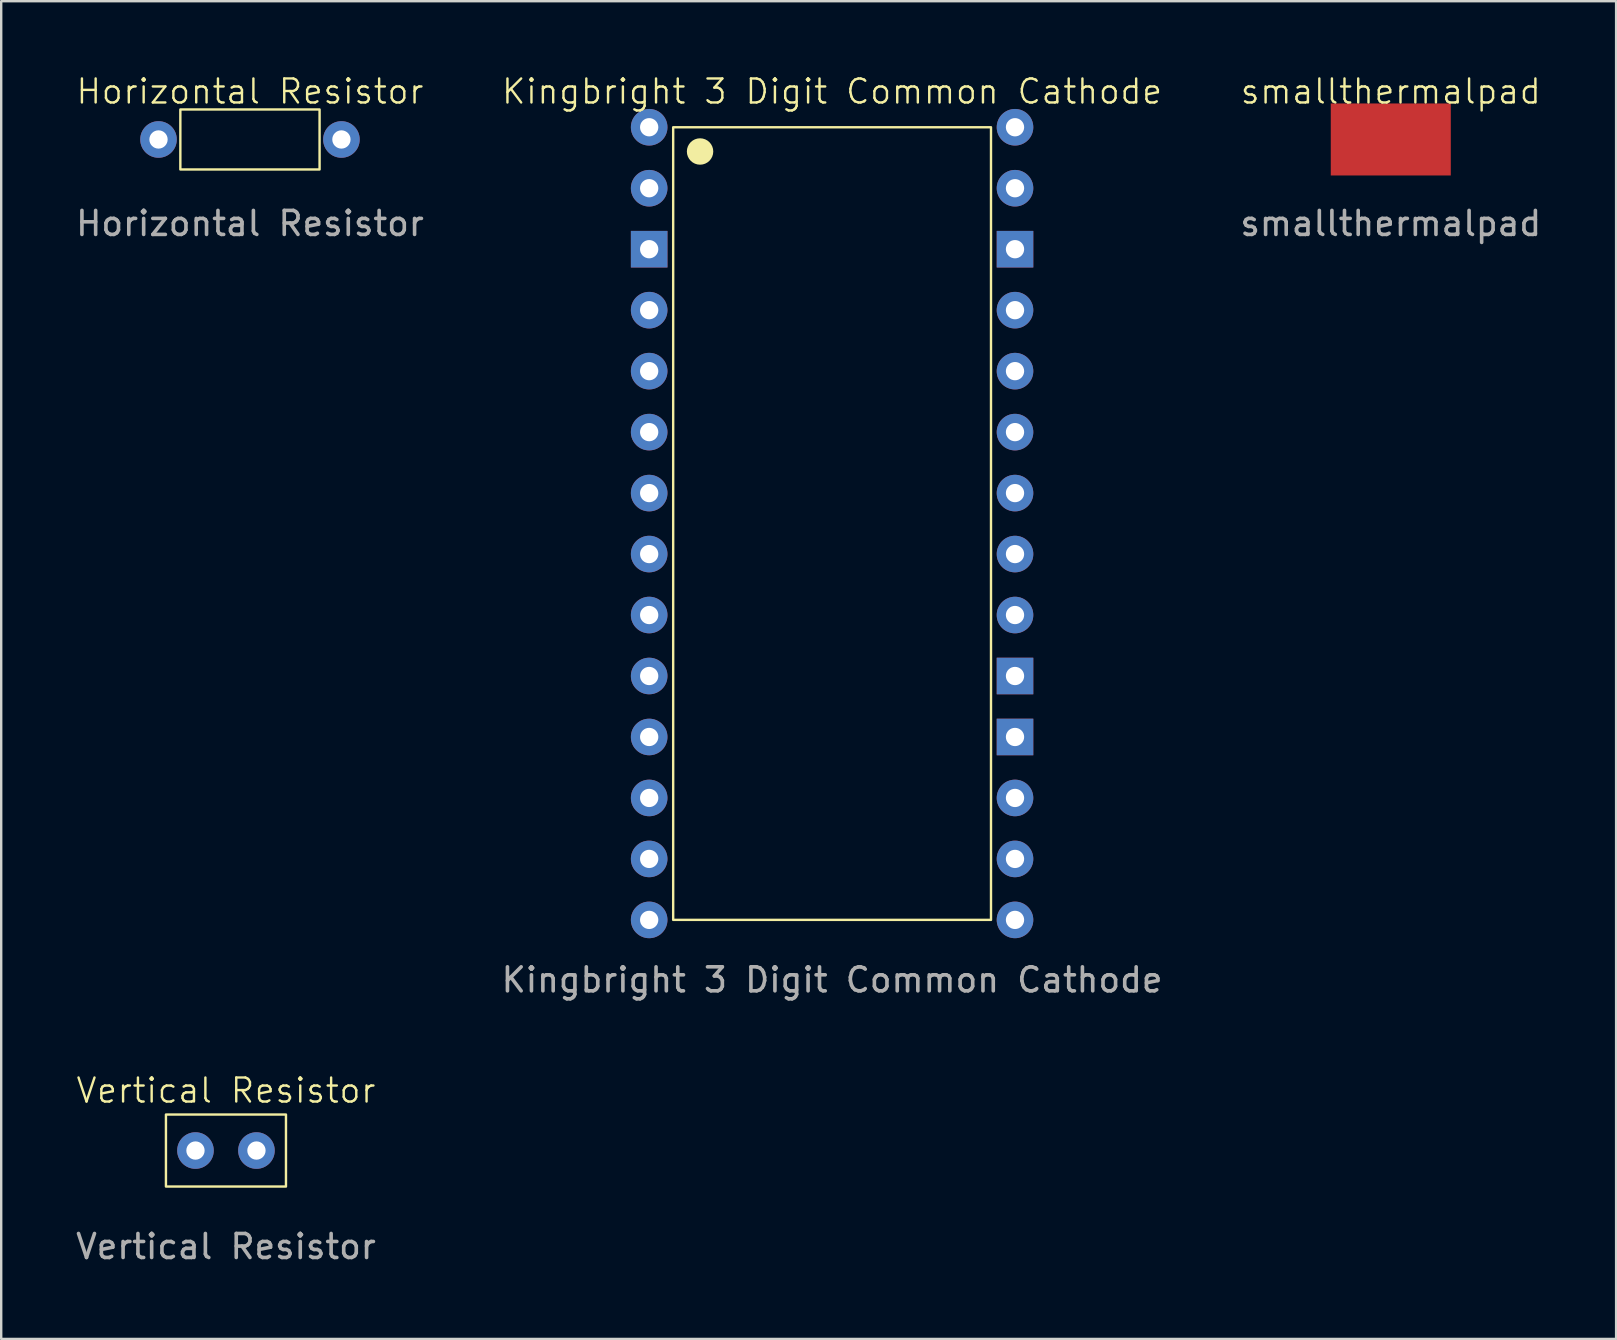
<source format=kicad_pcb>
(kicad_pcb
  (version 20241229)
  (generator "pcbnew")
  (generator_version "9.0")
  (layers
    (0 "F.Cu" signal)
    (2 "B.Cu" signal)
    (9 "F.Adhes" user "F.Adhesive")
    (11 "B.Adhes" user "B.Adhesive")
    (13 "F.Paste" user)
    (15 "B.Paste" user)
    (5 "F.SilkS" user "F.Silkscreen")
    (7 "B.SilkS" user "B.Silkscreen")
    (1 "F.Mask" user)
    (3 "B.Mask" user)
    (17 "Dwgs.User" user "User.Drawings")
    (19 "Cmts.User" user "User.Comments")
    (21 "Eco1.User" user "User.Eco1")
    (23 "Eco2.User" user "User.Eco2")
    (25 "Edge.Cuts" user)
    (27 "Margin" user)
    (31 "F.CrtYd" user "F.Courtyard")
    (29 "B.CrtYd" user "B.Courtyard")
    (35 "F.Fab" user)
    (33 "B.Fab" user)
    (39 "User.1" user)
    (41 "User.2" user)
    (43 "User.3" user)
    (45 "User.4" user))
  (footprint "Vertical Resistor"
    (layer "F.Cu")
    (at 6.363 44.879)
    (property "Reference" "Vertical Resistor" (at 0 -2.5 0) (unlocked yes) (layer "F.SilkS") (effects (font (size 1 1) (thickness 0.1))))
    (attr through_hole)
    (fp_rect (start -2.5 -1.5) (end 2.5 1.5) (stroke (width 0.1) (type default)) (fill no) (layer "F.SilkS"))
    (fp_text user "${REFERENCE}" (at 0 4 0) (unlocked yes) (layer "F.Fab") (effects (font (size 1 1) (thickness 0.15))))
    (pad "1" thru_hole circle (at -1.27 0) (size 1.524 1.524) (drill 0.762) (layers "*.Cu" "*.Mask"))
    (pad "2" thru_hole circle (at 1.27 0) (size 1.524 1.524) (drill 0.762) (layers "*.Cu" "*.Mask")))
  (footprint "smallthermalpad"
    (layer "F.Cu")
    (at 54.887 2.76)
    (property "Reference" "smallthermalpad" (at 0 -2 0) (unlocked yes) (layer "F.SilkS") (effects (font (size 1 1) (thickness 0.1))))
    (attr smd)
    (fp_text user "${REFERENCE}" (at 0 3.5 0) (unlocked yes) (layer "F.Fab") (effects (font (size 1 1) (thickness 0.15))))
    (pad "1" smd rect (at 0 0) (size 5 3) (layers "F.Cu" "F.Mask" "F.Paste")))
  (footprint "Horizontal Resistor"
    (layer "F.Cu")
    (at 7.363 2.76)
    (property "Reference" "Horizontal Resistor" (at 0 -2 0) (unlocked yes) (layer "F.SilkS") (effects (font (size 1 1) (thickness 0.1))))
    (attr through_hole)
    (fp_rect (start -2.9 -1.25) (end 2.9 1.25) (stroke (width 0.1) (type default)) (fill no) (layer "F.SilkS"))
    (fp_text user "${REFERENCE}" (at 0 3.5 0) (unlocked yes) (layer "F.Fab") (effects (font (size 1 1) (thickness 0.15))))
    (pad "1" thru_hole circle (at -3.81 0) (size 1.524 1.524) (drill 0.762) (layers "*.Cu" "*.Mask"))
    (pad "2" thru_hole circle (at 3.81 0) (size 1.524 1.524) (drill 0.762) (layers "*.Cu" "*.Mask")))
  (footprint "Kingbright 3 Digit Common Cathode"
    (layer "F.Cu")
    (at 31.613 18.761)
    (property "Reference" "Kingbright 3 Digit Common Cathode" (at 0 -18 0) (unlocked yes) (layer "F.SilkS") (effects (font (size 1 1) (thickness 0.1))))
    (attr through_hole)
    (fp_rect (start -6.62 -16.51) (end 6.62 16.51) (stroke (width 0.1) (type default)) (fill no) (layer "F.SilkS"))
    (fp_circle (center -5.5 -15.5) (end -5.5 -16) (stroke (width 0.1) (type default)) (fill yes) (layer "F.SilkS"))
    (fp_text user "${REFERENCE}" (at 0 19.01 0) (unlocked yes) (layer "F.Fab") (effects (font (size 1 1) (thickness 0.15))))
    (pad "1" thru_hole circle (at -7.62 -16.51) (size 1.524 1.524) (drill 0.762) (layers "*.Cu" "*.Mask"))
    (pad "2" thru_hole circle (at -7.62 -13.97) (size 1.524 1.524) (drill 0.762) (layers "*.Cu" "*.Mask"))
    (pad "3" thru_hole rect (at -7.62 -11.43) (size 1.524 1.524) (drill 0.762) (layers "*.Cu" "*.Mask"))
    (pad "4" thru_hole circle (at -7.62 -8.89) (size 1.524 1.524) (drill 0.762) (layers "*.Cu" "*.Mask"))
    (pad "5" thru_hole circle (at -7.62 -6.35) (size 1.524 1.524) (drill 0.762) (layers "*.Cu" "*.Mask"))
    (pad "6" thru_hole circle (at -7.62 -3.81) (size 1.524 1.524) (drill 0.762) (layers "*.Cu" "*.Mask"))
    (pad "7" thru_hole circle (at -7.62 -1.27) (size 1.524 1.524) (drill 0.762) (layers "*.Cu" "*.Mask"))
    (pad "8" thru_hole circle (at -7.62 1.27) (size 1.524 1.524) (drill 0.762) (layers "*.Cu" "*.Mask"))
    (pad "9" thru_hole circle (at -7.62 3.81) (size 1.524 1.524) (drill 0.762) (layers "*.Cu" "*.Mask"))
    (pad "10" thru_hole circle (at -7.62 6.35) (size 1.524 1.524) (drill 0.762) (layers "*.Cu" "*.Mask"))
    (pad "11" thru_hole circle (at -7.62 8.89) (size 1.524 1.524) (drill 0.762) (layers "*.Cu" "*.Mask"))
    (pad "12" thru_hole circle (at -7.62 11.43) (size 1.524 1.524) (drill 0.762) (layers "*.Cu" "*.Mask"))
    (pad "13" thru_hole circle (at -7.62 13.97) (size 1.524 1.524) (drill 0.762) (layers "*.Cu" "*.Mask"))
    (pad "14" thru_hole circle (at -7.62 16.51) (size 1.524 1.524) (drill 0.762) (layers "*.Cu" "*.Mask"))
    (pad "15" thru_hole circle (at 7.62 16.51) (size 1.524 1.524) (drill 0.762) (layers "*.Cu" "*.Mask"))
    (pad "16" thru_hole circle (at 7.62 13.97) (size 1.524 1.524) (drill 0.762) (layers "*.Cu" "*.Mask"))
    (pad "17" thru_hole circle (at 7.62 11.43) (size 1.524 1.524) (drill 0.762) (layers "*.Cu" "*.Mask"))
    (pad "18" thru_hole rect (at 7.62 8.89) (size 1.524 1.524) (drill 0.762) (layers "*.Cu" "*.Mask"))
    (pad "19" thru_hole rect (at 7.62 6.35) (size 1.524 1.524) (drill 0.762) (layers "*.Cu" "*.Mask"))
    (pad "20" thru_hole circle (at 7.62 3.81) (size 1.524 1.524) (drill 0.762) (layers "*.Cu" "*.Mask"))
    (pad "21" thru_hole circle (at 7.62 1.27) (size 1.524 1.524) (drill 0.762) (layers "*.Cu" "*.Mask"))
    (pad "22" thru_hole circle (at 7.62 -1.27) (size 1.524 1.524) (drill 0.762) (layers "*.Cu" "*.Mask"))
    (pad "23" thru_hole circle (at 7.62 -3.81) (size 1.524 1.524) (drill 0.762) (layers "*.Cu" "*.Mask"))
    (pad "24" thru_hole circle (at 7.62 -6.35) (size 1.524 1.524) (drill 0.762) (layers "*.Cu" "*.Mask"))
    (pad "25" thru_hole circle (at 7.62 -8.89) (size 1.524 1.524) (drill 0.762) (layers "*.Cu" "*.Mask"))
    (pad "26" thru_hole rect (at 7.62 -11.43) (size 1.524 1.524) (drill 0.762) (layers "*.Cu" "*.Mask"))
    (pad "27" thru_hole circle (at 7.62 -13.97) (size 1.524 1.524) (drill 0.762) (layers "*.Cu" "*.Mask"))
    (pad "28" thru_hole circle (at 7.62 -16.51) (size 1.524 1.524) (drill 0.762) (layers "*.Cu" "*.Mask")))
  (gr_rect
    (start -3 -3)
    (end 64.274 52.727)
    (stroke (width 0.1) (type default))
    (fill no)
    (layer "Edge.Cuts")))
</source>
